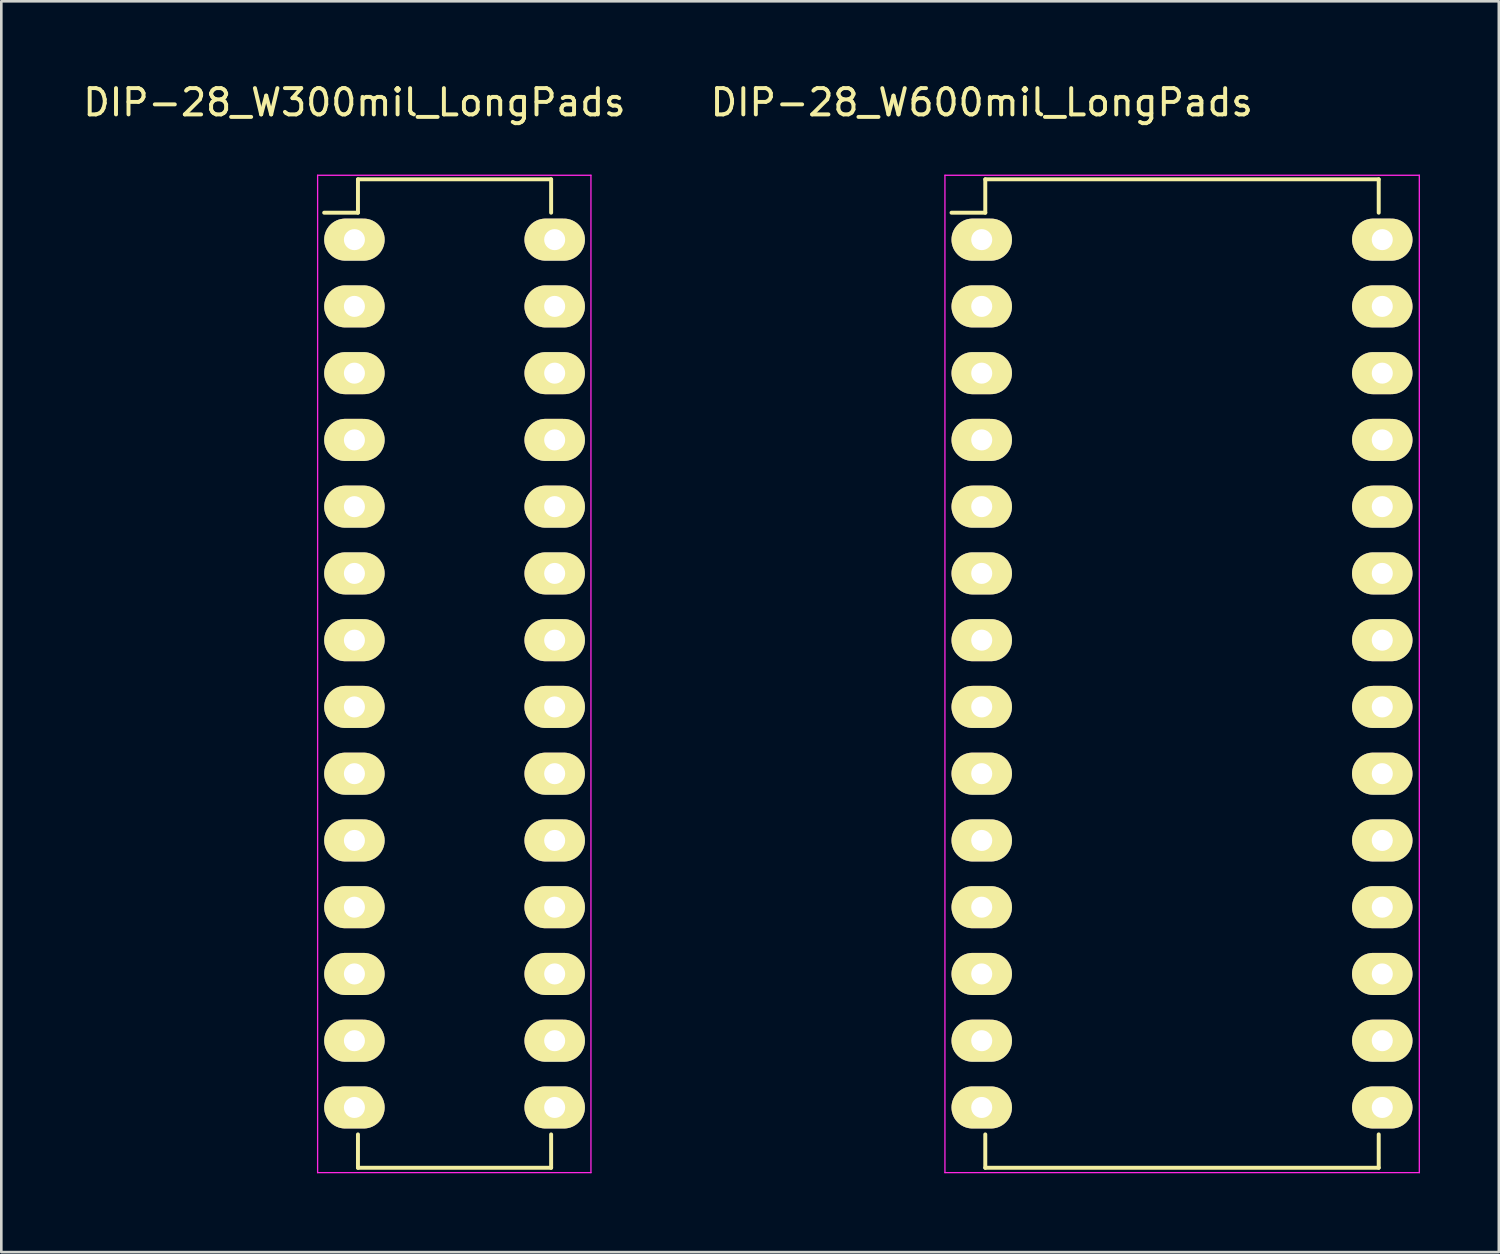
<source format=kicad_pcb>
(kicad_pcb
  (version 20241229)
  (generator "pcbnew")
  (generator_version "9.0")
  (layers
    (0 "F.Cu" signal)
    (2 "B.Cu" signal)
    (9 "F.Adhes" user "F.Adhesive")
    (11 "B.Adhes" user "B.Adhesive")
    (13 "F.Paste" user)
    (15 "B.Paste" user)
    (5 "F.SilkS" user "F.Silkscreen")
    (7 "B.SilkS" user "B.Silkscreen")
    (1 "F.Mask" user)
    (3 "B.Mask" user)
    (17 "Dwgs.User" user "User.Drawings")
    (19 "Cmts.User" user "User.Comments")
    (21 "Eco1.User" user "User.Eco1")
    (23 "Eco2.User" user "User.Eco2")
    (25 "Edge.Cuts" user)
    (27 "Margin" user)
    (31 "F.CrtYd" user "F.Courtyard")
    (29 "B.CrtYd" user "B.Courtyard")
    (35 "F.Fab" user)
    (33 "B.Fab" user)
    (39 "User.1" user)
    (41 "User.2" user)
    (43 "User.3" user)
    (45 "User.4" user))
  (footprint "DIP-28_W300mil_LongPads"
    (layer "F.Cu")
    (at 10.435 6.068)
    (property "Reference" "DIP-28_W300mil_LongPads" (at 0 -5.22 0) (layer "F.SilkS") (effects (font (size 1 1) (thickness 0.15))))
    (attr through_hole)
    (fp_line (start 0.135 -2.295) (end 0.135 -1.025) (stroke (width 0.15) (type solid)) (layer "F.SilkS"))
    (fp_line (start 0.135 -2.295) (end 7.485 -2.295) (stroke (width 0.15) (type solid)) (layer "F.SilkS"))
    (fp_line (start 0.135 -1.025) (end -1.15 -1.025) (stroke (width 0.15) (type solid)) (layer "F.SilkS"))
    (fp_line (start 0.135 35.315) (end 0.135 34.045) (stroke (width 0.15) (type solid)) (layer "F.SilkS"))
    (fp_line (start 0.135 35.315) (end 7.485 35.315) (stroke (width 0.15) (type solid)) (layer "F.SilkS"))
    (fp_line (start 7.485 -2.295) (end 7.485 -1.025) (stroke (width 0.15) (type solid)) (layer "F.SilkS"))
    (fp_line (start 7.485 35.315) (end 7.485 34.045) (stroke (width 0.15) (type solid)) (layer "F.SilkS"))
    (fp_line (start -1.4 -2.45) (end -1.4 35.5) (stroke (width 0.05) (type solid)) (layer "F.CrtYd"))
    (fp_line (start -1.4 -2.45) (end 9 -2.45) (stroke (width 0.05) (type solid)) (layer "F.CrtYd"))
    (fp_line (start -1.4 35.5) (end 9 35.5) (stroke (width 0.05) (type solid)) (layer "F.CrtYd"))
    (fp_line (start 9 -2.45) (end 9 35.5) (stroke (width 0.05) (type solid)) (layer "F.CrtYd"))
    (pad "1" thru_hole oval (at 0 0) (size 2.3 1.6) (drill 0.8) (layers "*.Cu" "*.Mask" "F.SilkS"))
    (pad "2" thru_hole oval (at 0 2.54) (size 2.3 1.6) (drill 0.8) (layers "*.Cu" "*.Mask" "F.SilkS"))
    (pad "3" thru_hole oval (at 0 5.08) (size 2.3 1.6) (drill 0.8) (layers "*.Cu" "*.Mask" "F.SilkS"))
    (pad "4" thru_hole oval (at 0 7.62) (size 2.3 1.6) (drill 0.8) (layers "*.Cu" "*.Mask" "F.SilkS"))
    (pad "5" thru_hole oval (at 0 10.16) (size 2.3 1.6) (drill 0.8) (layers "*.Cu" "*.Mask" "F.SilkS"))
    (pad "6" thru_hole oval (at 0 12.7) (size 2.3 1.6) (drill 0.8) (layers "*.Cu" "*.Mask" "F.SilkS"))
    (pad "7" thru_hole oval (at 0 15.24) (size 2.3 1.6) (drill 0.8) (layers "*.Cu" "*.Mask" "F.SilkS"))
    (pad "8" thru_hole oval (at 0 17.78) (size 2.3 1.6) (drill 0.8) (layers "*.Cu" "*.Mask" "F.SilkS"))
    (pad "9" thru_hole oval (at 0 20.32) (size 2.3 1.6) (drill 0.8) (layers "*.Cu" "*.Mask" "F.SilkS"))
    (pad "10" thru_hole oval (at 0 22.86) (size 2.3 1.6) (drill 0.8) (layers "*.Cu" "*.Mask" "F.SilkS"))
    (pad "11" thru_hole oval (at 0 25.4) (size 2.3 1.6) (drill 0.8) (layers "*.Cu" "*.Mask" "F.SilkS"))
    (pad "12" thru_hole oval (at 0 27.94) (size 2.3 1.6) (drill 0.8) (layers "*.Cu" "*.Mask" "F.SilkS"))
    (pad "13" thru_hole oval (at 0 30.48) (size 2.3 1.6) (drill 0.8) (layers "*.Cu" "*.Mask" "F.SilkS"))
    (pad "14" thru_hole oval (at 0 33.02) (size 2.3 1.6) (drill 0.8) (layers "*.Cu" "*.Mask" "F.SilkS"))
    (pad "15" thru_hole oval (at 7.62 33.02) (size 2.3 1.6) (drill 0.8) (layers "*.Cu" "*.Mask" "F.SilkS"))
    (pad "16" thru_hole oval (at 7.62 30.48) (size 2.3 1.6) (drill 0.8) (layers "*.Cu" "*.Mask" "F.SilkS"))
    (pad "17" thru_hole oval (at 7.62 27.94) (size 2.3 1.6) (drill 0.8) (layers "*.Cu" "*.Mask" "F.SilkS"))
    (pad "18" thru_hole oval (at 7.62 25.4) (size 2.3 1.6) (drill 0.8) (layers "*.Cu" "*.Mask" "F.SilkS"))
    (pad "19" thru_hole oval (at 7.62 22.86) (size 2.3 1.6) (drill 0.8) (layers "*.Cu" "*.Mask" "F.SilkS"))
    (pad "20" thru_hole oval (at 7.62 20.32) (size 2.3 1.6) (drill 0.8) (layers "*.Cu" "*.Mask" "F.SilkS"))
    (pad "21" thru_hole oval (at 7.62 17.78) (size 2.3 1.6) (drill 0.8) (layers "*.Cu" "*.Mask" "F.SilkS"))
    (pad "22" thru_hole oval (at 7.62 15.24) (size 2.3 1.6) (drill 0.8) (layers "*.Cu" "*.Mask" "F.SilkS"))
    (pad "23" thru_hole oval (at 7.62 12.7) (size 2.3 1.6) (drill 0.8) (layers "*.Cu" "*.Mask" "F.SilkS"))
    (pad "24" thru_hole oval (at 7.62 10.16) (size 2.3 1.6) (drill 0.8) (layers "*.Cu" "*.Mask" "F.SilkS"))
    (pad "25" thru_hole oval (at 7.62 7.62) (size 2.3 1.6) (drill 0.8) (layers "*.Cu" "*.Mask" "F.SilkS"))
    (pad "26" thru_hole oval (at 7.62 5.08) (size 2.3 1.6) (drill 0.8) (layers "*.Cu" "*.Mask" "F.SilkS"))
    (pad "27" thru_hole oval (at 7.62 2.54) (size 2.3 1.6) (drill 0.8) (layers "*.Cu" "*.Mask" "F.SilkS"))
    (pad "28" thru_hole oval (at 7.62 0) (size 2.3 1.6) (drill 0.8) (layers "*.Cu" "*.Mask" "F.SilkS")))
  (footprint "DIP-28_W600mil_LongPads"
    (layer "F.Cu")
    (at 34.304 6.068)
    (property "Reference" "DIP-28_W600mil_LongPads" (at 0 -5.22 0) (layer "F.SilkS") (effects (font (size 1 1) (thickness 0.15))))
    (attr through_hole)
    (fp_line (start 0.135 -2.295) (end 0.135 -1.025) (stroke (width 0.15) (type solid)) (layer "F.SilkS"))
    (fp_line (start 0.135 -2.295) (end 15.105 -2.295) (stroke (width 0.15) (type solid)) (layer "F.SilkS"))
    (fp_line (start 0.135 -1.025) (end -1.15 -1.025) (stroke (width 0.15) (type solid)) (layer "F.SilkS"))
    (fp_line (start 0.135 35.315) (end 0.135 34.045) (stroke (width 0.15) (type solid)) (layer "F.SilkS"))
    (fp_line (start 0.135 35.315) (end 15.105 35.315) (stroke (width 0.15) (type solid)) (layer "F.SilkS"))
    (fp_line (start 15.105 -2.295) (end 15.105 -1.025) (stroke (width 0.15) (type solid)) (layer "F.SilkS"))
    (fp_line (start 15.105 35.315) (end 15.105 34.045) (stroke (width 0.15) (type solid)) (layer "F.SilkS"))
    (fp_line (start -1.4 -2.45) (end -1.4 35.5) (stroke (width 0.05) (type solid)) (layer "F.CrtYd"))
    (fp_line (start -1.4 -2.45) (end 16.65 -2.45) (stroke (width 0.05) (type solid)) (layer "F.CrtYd"))
    (fp_line (start -1.4 35.5) (end 16.65 35.5) (stroke (width 0.05) (type solid)) (layer "F.CrtYd"))
    (fp_line (start 16.65 -2.45) (end 16.65 35.5) (stroke (width 0.05) (type solid)) (layer "F.CrtYd"))
    (pad "1" thru_hole oval (at 0 0) (size 2.3 1.6) (drill 0.8) (layers "*.Cu" "*.Mask" "F.SilkS"))
    (pad "2" thru_hole oval (at 0 2.54) (size 2.3 1.6) (drill 0.8) (layers "*.Cu" "*.Mask" "F.SilkS"))
    (pad "3" thru_hole oval (at 0 5.08) (size 2.3 1.6) (drill 0.8) (layers "*.Cu" "*.Mask" "F.SilkS"))
    (pad "4" thru_hole oval (at 0 7.62) (size 2.3 1.6) (drill 0.8) (layers "*.Cu" "*.Mask" "F.SilkS"))
    (pad "5" thru_hole oval (at 0 10.16) (size 2.3 1.6) (drill 0.8) (layers "*.Cu" "*.Mask" "F.SilkS"))
    (pad "6" thru_hole oval (at 0 12.7) (size 2.3 1.6) (drill 0.8) (layers "*.Cu" "*.Mask" "F.SilkS"))
    (pad "7" thru_hole oval (at 0 15.24) (size 2.3 1.6) (drill 0.8) (layers "*.Cu" "*.Mask" "F.SilkS"))
    (pad "8" thru_hole oval (at 0 17.78) (size 2.3 1.6) (drill 0.8) (layers "*.Cu" "*.Mask" "F.SilkS"))
    (pad "9" thru_hole oval (at 0 20.32) (size 2.3 1.6) (drill 0.8) (layers "*.Cu" "*.Mask" "F.SilkS"))
    (pad "10" thru_hole oval (at 0 22.86) (size 2.3 1.6) (drill 0.8) (layers "*.Cu" "*.Mask" "F.SilkS"))
    (pad "11" thru_hole oval (at 0 25.4) (size 2.3 1.6) (drill 0.8) (layers "*.Cu" "*.Mask" "F.SilkS"))
    (pad "12" thru_hole oval (at 0 27.94) (size 2.3 1.6) (drill 0.8) (layers "*.Cu" "*.Mask" "F.SilkS"))
    (pad "13" thru_hole oval (at 0 30.48) (size 2.3 1.6) (drill 0.8) (layers "*.Cu" "*.Mask" "F.SilkS"))
    (pad "14" thru_hole oval (at 0 33.02) (size 2.3 1.6) (drill 0.8) (layers "*.Cu" "*.Mask" "F.SilkS"))
    (pad "15" thru_hole oval (at 15.24 33.02) (size 2.3 1.6) (drill 0.8) (layers "*.Cu" "*.Mask" "F.SilkS"))
    (pad "16" thru_hole oval (at 15.24 30.48) (size 2.3 1.6) (drill 0.8) (layers "*.Cu" "*.Mask" "F.SilkS"))
    (pad "17" thru_hole oval (at 15.24 27.94) (size 2.3 1.6) (drill 0.8) (layers "*.Cu" "*.Mask" "F.SilkS"))
    (pad "18" thru_hole oval (at 15.24 25.4) (size 2.3 1.6) (drill 0.8) (layers "*.Cu" "*.Mask" "F.SilkS"))
    (pad "19" thru_hole oval (at 15.24 22.86) (size 2.3 1.6) (drill 0.8) (layers "*.Cu" "*.Mask" "F.SilkS"))
    (pad "20" thru_hole oval (at 15.24 20.32) (size 2.3 1.6) (drill 0.8) (layers "*.Cu" "*.Mask" "F.SilkS"))
    (pad "21" thru_hole oval (at 15.24 17.78) (size 2.3 1.6) (drill 0.8) (layers "*.Cu" "*.Mask" "F.SilkS"))
    (pad "22" thru_hole oval (at 15.24 15.24) (size 2.3 1.6) (drill 0.8) (layers "*.Cu" "*.Mask" "F.SilkS"))
    (pad "23" thru_hole oval (at 15.24 12.7) (size 2.3 1.6) (drill 0.8) (layers "*.Cu" "*.Mask" "F.SilkS"))
    (pad "24" thru_hole oval (at 15.24 10.16) (size 2.3 1.6) (drill 0.8) (layers "*.Cu" "*.Mask" "F.SilkS"))
    (pad "25" thru_hole oval (at 15.24 7.62) (size 2.3 1.6) (drill 0.8) (layers "*.Cu" "*.Mask" "F.SilkS"))
    (pad "26" thru_hole oval (at 15.24 5.08) (size 2.3 1.6) (drill 0.8) (layers "*.Cu" "*.Mask" "F.SilkS"))
    (pad "27" thru_hole oval (at 15.24 2.54) (size 2.3 1.6) (drill 0.8) (layers "*.Cu" "*.Mask" "F.SilkS"))
    (pad "28" thru_hole oval (at 15.24 0) (size 2.3 1.6) (drill 0.8) (layers "*.Cu" "*.Mask" "F.SilkS")))
  (gr_rect
    (start -3 -3)
    (end 53.979 44.593)
    (stroke (width 0.1) (type default))
    (fill no)
    (layer "Edge.Cuts")))
</source>
